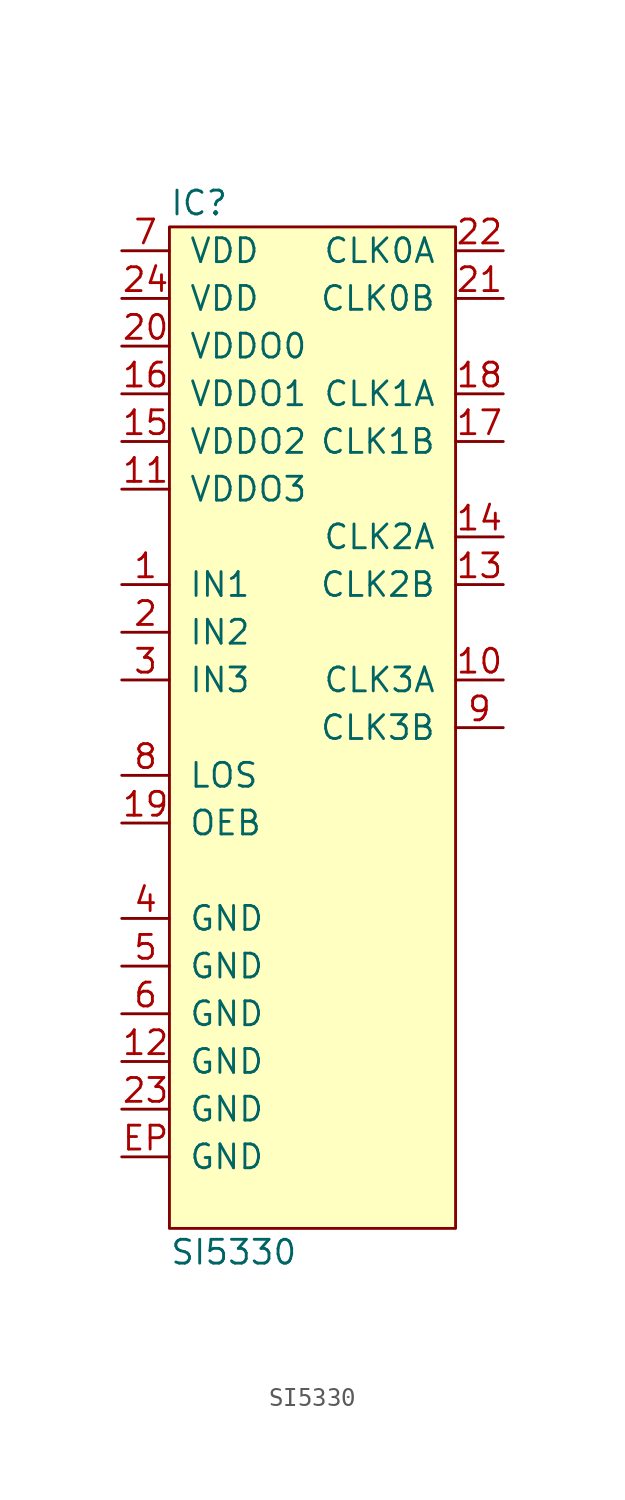
<source format=kicad_sym>
(kicad_symbol_lib
  (version 20211014)
  (generator agg_kicad.build_lib_ic)
  (symbol "SI5330"
    (pin_names
      (offset 1.016))
    (property Reference IC
      (at -7.62 27.94 0)
      (effects (font (size 1.27 1.27)) (justify left)))
    (property Value "SI5330"
      (at -7.62 -27.94 0)
      (effects (font (size 1.27 1.27)) (justify left)))
    (symbol "SI5330_0_0"
      (rectangle (start -7.62 26.67) (end 7.62 -26.67) (stroke (width 0) (type default) (color 0 0 0 0)) (fill (type background)))
      (pin power_in line (at -10.16 25.4 0) (length 2.54) (name VDD (effects (font (size 1.27 1.27)))) (number "7" (effects (font (size 1.27 1.27)))))
      (pin power_in line (at -10.16 22.86 0) (length 2.54) (name VDD (effects (font (size 1.27 1.27)))) (number "24" (effects (font (size 1.27 1.27)))))
      (pin power_in line (at -10.16 20.32 0) (length 2.54) (name "VDDO0" (effects (font (size 1.27 1.27)))) (number "20" (effects (font (size 1.27 1.27)))))
      (pin power_in line (at -10.16 17.78 0) (length 2.54) (name "VDDO1" (effects (font (size 1.27 1.27)))) (number "16" (effects (font (size 1.27 1.27)))))
      (pin power_in line (at -10.16 15.24 0) (length 2.54) (name "VDDO2" (effects (font (size 1.27 1.27)))) (number "15" (effects (font (size 1.27 1.27)))))
      (pin power_in line (at -10.16 12.7 0) (length 2.54) (name "VDDO3" (effects (font (size 1.27 1.27)))) (number "11" (effects (font (size 1.27 1.27)))))
      (pin input line (at -10.16 7.62 0) (length 2.54) (name "IN1" (effects (font (size 1.27 1.27)))) (number "1" (effects (font (size 1.27 1.27)))))
      (pin input line (at -10.16 5.08 0) (length 2.54) (name "IN2" (effects (font (size 1.27 1.27)))) (number "2" (effects (font (size 1.27 1.27)))))
      (pin input line (at -10.16 2.54 0) (length 2.54) (name "IN3" (effects (font (size 1.27 1.27)))) (number "3" (effects (font (size 1.27 1.27)))))
      (pin open_collector line (at -10.16 -2.54 0) (length 2.54) (name LOS (effects (font (size 1.27 1.27)))) (number "8" (effects (font (size 1.27 1.27)))))
      (pin input line (at -10.16 -5.08 0) (length 2.54) (name OEB (effects (font (size 1.27 1.27)))) (number "19" (effects (font (size 1.27 1.27)))))
      (pin power_in line (at -10.16 -10.16 0) (length 2.54) (name GND (effects (font (size 1.27 1.27)))) (number "4" (effects (font (size 1.27 1.27)))))
      (pin power_in line (at -10.16 -12.7 0) (length 2.54) (name GND (effects (font (size 1.27 1.27)))) (number "5" (effects (font (size 1.27 1.27)))))
      (pin power_in line (at -10.16 -15.24 0) (length 2.54) (name GND (effects (font (size 1.27 1.27)))) (number "6" (effects (font (size 1.27 1.27)))))
      (pin power_in line (at -10.16 -17.78 0) (length 2.54) (name GND (effects (font (size 1.27 1.27)))) (number "12" (effects (font (size 1.27 1.27)))))
      (pin power_in line (at -10.16 -20.32 0) (length 2.54) (name GND (effects (font (size 1.27 1.27)))) (number "23" (effects (font (size 1.27 1.27)))))
      (pin power_in line (at -10.16 -22.86 0) (length 2.54) (name GND (effects (font (size 1.27 1.27)))) (number EP (effects (font (size 1.27 1.27)))))
      (pin output line (at 10.16 25.4 180) (length 2.54) (name "CLK0A" (effects (font (size 1.27 1.27)))) (number "22" (effects (font (size 1.27 1.27)))))
      (pin output line (at 10.16 22.86 180) (length 2.54) (name "CLK0B" (effects (font (size 1.27 1.27)))) (number "21" (effects (font (size 1.27 1.27)))))
      (pin output line (at 10.16 17.78 180) (length 2.54) (name "CLK1A" (effects (font (size 1.27 1.27)))) (number "18" (effects (font (size 1.27 1.27)))))
      (pin output line (at 10.16 15.24 180) (length 2.54) (name "CLK1B" (effects (font (size 1.27 1.27)))) (number "17" (effects (font (size 1.27 1.27)))))
      (pin output line (at 10.16 10.16 180) (length 2.54) (name "CLK2A" (effects (font (size 1.27 1.27)))) (number "14" (effects (font (size 1.27 1.27)))))
      (pin output line (at 10.16 7.62 180) (length 2.54) (name "CLK2B" (effects (font (size 1.27 1.27)))) (number "13" (effects (font (size 1.27 1.27)))))
      (pin output line (at 10.16 2.54 180) (length 2.54) (name "CLK3A" (effects (font (size 1.27 1.27)))) (number "10" (effects (font (size 1.27 1.27)))))
      (pin output line (at 10.16 0 180) (length 2.54) (name "CLK3B" (effects (font (size 1.27 1.27)))) (number "9" (effects (font (size 1.27 1.27))))))))
</source>
